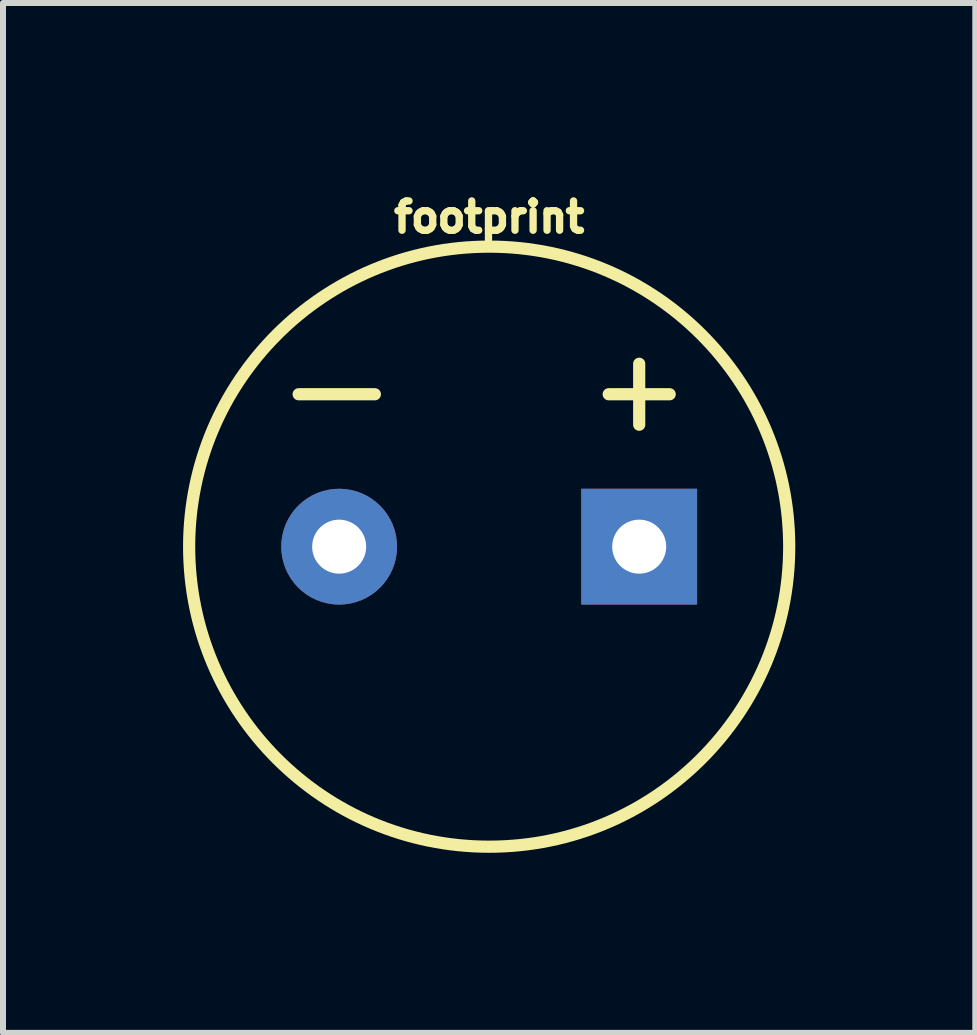
<source format=kicad_pcb>
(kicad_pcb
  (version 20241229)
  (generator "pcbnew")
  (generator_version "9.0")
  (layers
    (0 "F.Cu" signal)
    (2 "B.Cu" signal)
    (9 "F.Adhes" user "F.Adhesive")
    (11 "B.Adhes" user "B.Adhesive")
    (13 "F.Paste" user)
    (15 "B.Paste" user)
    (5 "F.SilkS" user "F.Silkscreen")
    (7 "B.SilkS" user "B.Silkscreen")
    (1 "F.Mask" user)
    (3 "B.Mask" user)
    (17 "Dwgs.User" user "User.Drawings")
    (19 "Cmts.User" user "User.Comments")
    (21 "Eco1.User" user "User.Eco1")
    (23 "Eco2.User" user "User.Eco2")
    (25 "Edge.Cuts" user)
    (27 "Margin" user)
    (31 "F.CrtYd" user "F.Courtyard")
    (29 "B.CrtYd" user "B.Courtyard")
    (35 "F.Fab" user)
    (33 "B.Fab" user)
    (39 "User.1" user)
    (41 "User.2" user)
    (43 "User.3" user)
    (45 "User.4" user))
  (footprint "footprint"
    (layer "F.Cu")
    (at 5.102 6.06)
    (property "Reference" "footprint" (at 0 -5.207 0) (layer "F.SilkS") (effects (font (size 0.488 0.488) (thickness 0.122)) (justify bottom)))
    (fp_circle (center -2.5 0) (end -2.276 0) (stroke (width 0.447) (type solid)) (fill yes) (layer "F.Mask"))
    (fp_circle (center 2.5 0) (end 2.725 0) (stroke (width 0.45) (type solid)) (fill yes) (layer "F.Mask"))
    (fp_circle (center -2.5 0) (end -2.011 0) (stroke (width 0.978) (type solid)) (fill yes) (layer "B.Mask"))
    (fp_poly (pts (xy 1.5 1) (xy 3.5 1) (xy 3.5 -1) (xy 1.5 -1)) (stroke (width 0) (type solid)) (fill yes) (layer "B.Mask"))
    (fp_line (start -1.905 -2.54) (end -3.175 -2.54) (stroke (width 0.203) (type solid)) (layer "F.SilkS"))
    (fp_line (start 2.5 -3.048) (end 2.5 -2.032) (stroke (width 0.203) (type solid)) (layer "F.SilkS"))
    (fp_line (start 3.008 -2.54) (end 1.992 -2.54) (stroke (width 0.203) (type solid)) (layer "F.SilkS"))
    (fp_circle (center 0 0) (end 5 0) (stroke (width 0.203) (type solid)) (fill no) (layer "F.SilkS"))
    (pad "+" thru_hole rect (at 2.5 0) (size 1.93 1.93) (drill 0.9) (layers "*.Cu"))
    (pad "-" thru_hole circle (at -2.5 0) (size 1.93 1.93) (drill 0.9) (layers "*.Cu")))
  (gr_rect
    (start -3 -3)
    (end 13.203 14.162)
    (stroke (width 0.1) (type default))
    (fill no)
    (layer "Edge.Cuts")))
</source>
